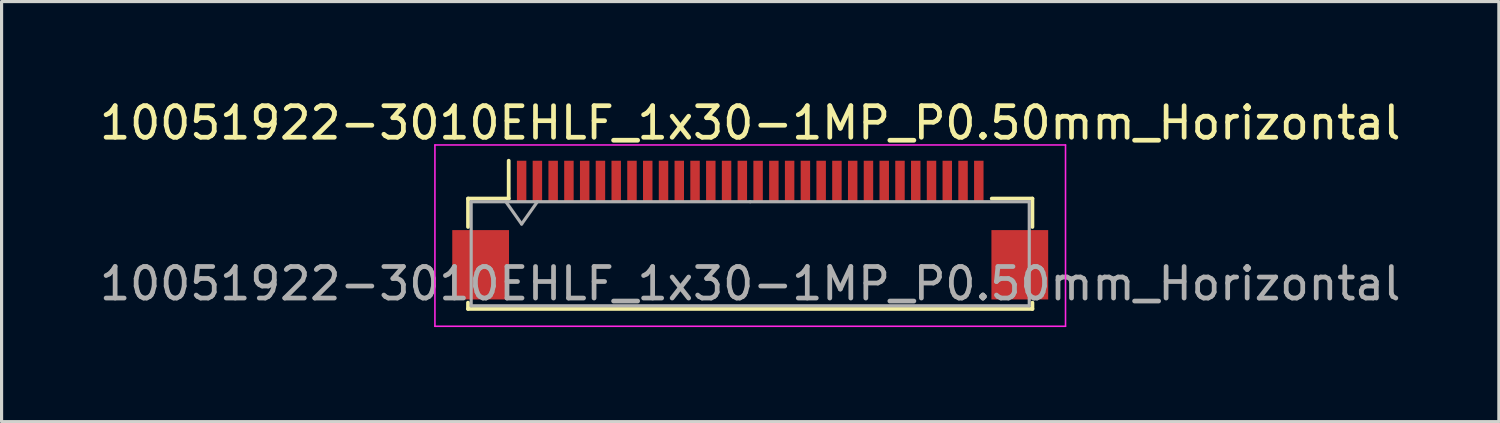
<source format=kicad_pcb>
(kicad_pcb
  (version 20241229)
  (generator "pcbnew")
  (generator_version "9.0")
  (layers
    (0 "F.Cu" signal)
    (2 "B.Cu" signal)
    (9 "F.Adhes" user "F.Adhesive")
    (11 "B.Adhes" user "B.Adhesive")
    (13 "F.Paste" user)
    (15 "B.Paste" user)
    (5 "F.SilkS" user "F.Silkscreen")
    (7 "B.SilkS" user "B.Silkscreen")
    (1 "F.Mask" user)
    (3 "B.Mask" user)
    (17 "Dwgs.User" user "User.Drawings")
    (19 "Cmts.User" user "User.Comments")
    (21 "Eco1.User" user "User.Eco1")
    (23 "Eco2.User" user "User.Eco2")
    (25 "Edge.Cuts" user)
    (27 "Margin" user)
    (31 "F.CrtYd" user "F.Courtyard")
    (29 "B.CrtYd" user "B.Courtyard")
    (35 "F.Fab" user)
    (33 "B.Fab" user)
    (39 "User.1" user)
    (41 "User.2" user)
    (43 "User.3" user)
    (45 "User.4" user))
  (footprint "10051922-3010EHLF_1x30-1MP_P0.50mm_Horizontal"
    (layer "F.Cu")
    (at 20.744 4.548)
    (property "Reference" "10051922-3010EHLF_1x30-1MP_P0.50mm_Horizontal" (at 0 -3.7 0) (layer "F.SilkS") (effects (font (size 1 1) (thickness 0.15))))
    (attr smd)
    (fp_line (start -8.95 -1.3) (end -8.95 -0.4) (stroke (width 0.12) (type solid)) (layer "F.SilkS"))
    (fp_line (start -8.95 2) (end -8.95 2.2) (stroke (width 0.12) (type solid)) (layer "F.SilkS"))
    (fp_line (start -8.95 2.2) (end 8.95 2.2) (stroke (width 0.12) (type solid)) (layer "F.SilkS"))
    (fp_line (start -7.66 -1.3) (end -8.95 -1.3) (stroke (width 0.12) (type solid)) (layer "F.SilkS"))
    (fp_line (start -7.66 -1.3) (end -7.66 -2.5) (stroke (width 0.12) (type solid)) (layer "F.SilkS"))
    (fp_line (start 7.66 -1.3) (end 8.95 -1.3) (stroke (width 0.12) (type solid)) (layer "F.SilkS"))
    (fp_line (start 8.95 -1.3) (end 8.95 -0.4) (stroke (width 0.12) (type solid)) (layer "F.SilkS"))
    (fp_line (start 8.95 2.2) (end 8.95 2) (stroke (width 0.12) (type solid)) (layer "F.SilkS"))
    (fp_line (start -10 -3) (end -10 2.75) (stroke (width 0.05) (type solid)) (layer "F.CrtYd"))
    (fp_line (start -10 2.75) (end 10 2.75) (stroke (width 0.05) (type solid)) (layer "F.CrtYd"))
    (fp_line (start 10 -3) (end -10 -3) (stroke (width 0.05) (type solid)) (layer "F.CrtYd"))
    (fp_line (start 10 2.75) (end 10 -3) (stroke (width 0.05) (type solid)) (layer "F.CrtYd"))
    (fp_line (start -8.85 -1.2) (end -8.85 2.1) (stroke (width 0.1) (type solid)) (layer "F.Fab"))
    (fp_line (start -8.85 2.1) (end 8.85 2.1) (stroke (width 0.1) (type solid)) (layer "F.Fab"))
    (fp_line (start -7.75 -1.2) (end -7.25 -0.493) (stroke (width 0.1) (type solid)) (layer "F.Fab"))
    (fp_line (start -7.25 -0.493) (end -6.75 -1.2) (stroke (width 0.1) (type solid)) (layer "F.Fab"))
    (fp_line (start 0 -1.2) (end -8.85 -1.2) (stroke (width 0.1) (type solid)) (layer "F.Fab"))
    (fp_line (start 0 -1.2) (end 8.85 -1.2) (stroke (width 0.1) (type solid)) (layer "F.Fab"))
    (fp_line (start 8.85 -1.2) (end 8.85 2.1) (stroke (width 0.1) (type solid)) (layer "F.Fab"))
    (fp_text user "${REFERENCE}" (at 0 1.4 0) (layer "F.Fab") (effects (font (size 1 1) (thickness 0.15))))
    (pad "1" smd rect (at -7.25 -1.85) (size 0.3 1.3) (layers "F.Cu" "F.Mask" "F.Paste"))
    (pad "2" smd rect (at -6.75 -1.85) (size 0.3 1.3) (layers "F.Cu" "F.Mask" "F.Paste"))
    (pad "3" smd rect (at -6.25 -1.85) (size 0.3 1.3) (layers "F.Cu" "F.Mask" "F.Paste"))
    (pad "4" smd rect (at -5.75 -1.85) (size 0.3 1.3) (layers "F.Cu" "F.Mask" "F.Paste"))
    (pad "5" smd rect (at -5.25 -1.85) (size 0.3 1.3) (layers "F.Cu" "F.Mask" "F.Paste"))
    (pad "6" smd rect (at -4.75 -1.85) (size 0.3 1.3) (layers "F.Cu" "F.Mask" "F.Paste"))
    (pad "7" smd rect (at -4.25 -1.85) (size 0.3 1.3) (layers "F.Cu" "F.Mask" "F.Paste"))
    (pad "8" smd rect (at -3.75 -1.85) (size 0.3 1.3) (layers "F.Cu" "F.Mask" "F.Paste"))
    (pad "9" smd rect (at -3.25 -1.85) (size 0.3 1.3) (layers "F.Cu" "F.Mask" "F.Paste"))
    (pad "10" smd rect (at -2.75 -1.85) (size 0.3 1.3) (layers "F.Cu" "F.Mask" "F.Paste"))
    (pad "11" smd rect (at -2.25 -1.85) (size 0.3 1.3) (layers "F.Cu" "F.Mask" "F.Paste"))
    (pad "12" smd rect (at -1.75 -1.85) (size 0.3 1.3) (layers "F.Cu" "F.Mask" "F.Paste"))
    (pad "13" smd rect (at -1.25 -1.85) (size 0.3 1.3) (layers "F.Cu" "F.Mask" "F.Paste"))
    (pad "14" smd rect (at -0.75 -1.85) (size 0.3 1.3) (layers "F.Cu" "F.Mask" "F.Paste"))
    (pad "15" smd rect (at -0.25 -1.85) (size 0.3 1.3) (layers "F.Cu" "F.Mask" "F.Paste"))
    (pad "16" smd rect (at 0.25 -1.85) (size 0.3 1.3) (layers "F.Cu" "F.Mask" "F.Paste"))
    (pad "17" smd rect (at 0.75 -1.85) (size 0.3 1.3) (layers "F.Cu" "F.Mask" "F.Paste"))
    (pad "18" smd rect (at 1.25 -1.85) (size 0.3 1.3) (layers "F.Cu" "F.Mask" "F.Paste"))
    (pad "19" smd rect (at 1.75 -1.85) (size 0.3 1.3) (layers "F.Cu" "F.Mask" "F.Paste"))
    (pad "20" smd rect (at 2.25 -1.85) (size 0.3 1.3) (layers "F.Cu" "F.Mask" "F.Paste"))
    (pad "21" smd rect (at 2.75 -1.85) (size 0.3 1.3) (layers "F.Cu" "F.Mask" "F.Paste"))
    (pad "22" smd rect (at 3.25 -1.85) (size 0.3 1.3) (layers "F.Cu" "F.Mask" "F.Paste"))
    (pad "23" smd rect (at 3.75 -1.85) (size 0.3 1.3) (layers "F.Cu" "F.Mask" "F.Paste"))
    (pad "24" smd rect (at 4.25 -1.85) (size 0.3 1.3) (layers "F.Cu" "F.Mask" "F.Paste"))
    (pad "25" smd rect (at 4.75 -1.85) (size 0.3 1.3) (layers "F.Cu" "F.Mask" "F.Paste"))
    (pad "26" smd rect (at 5.25 -1.85) (size 0.3 1.3) (layers "F.Cu" "F.Mask" "F.Paste"))
    (pad "27" smd rect (at 5.75 -1.85) (size 0.3 1.3) (layers "F.Cu" "F.Mask" "F.Paste"))
    (pad "28" smd rect (at 6.25 -1.85) (size 0.3 1.3) (layers "F.Cu" "F.Mask" "F.Paste"))
    (pad "29" smd rect (at 6.75 -1.85) (size 0.3 1.3) (layers "F.Cu" "F.Mask" "F.Paste"))
    (pad "30" smd rect (at 7.25 -1.85) (size 0.3 1.3) (layers "F.Cu" "F.Mask" "F.Paste"))
    (pad "MP" smd rect (at -8.55 0.8) (size 1.8 2.2) (layers "F.Cu" "F.Mask" "F.Paste"))
    (pad "MP" smd rect (at 8.55 0.8) (size 1.8 2.2) (layers "F.Cu" "F.Mask" "F.Paste")))
  (gr_rect
    (start -3 -3)
    (end 44.488 10.323)
    (stroke (width 0.1) (type default))
    (fill no)
    (layer "Edge.Cuts")))
</source>
